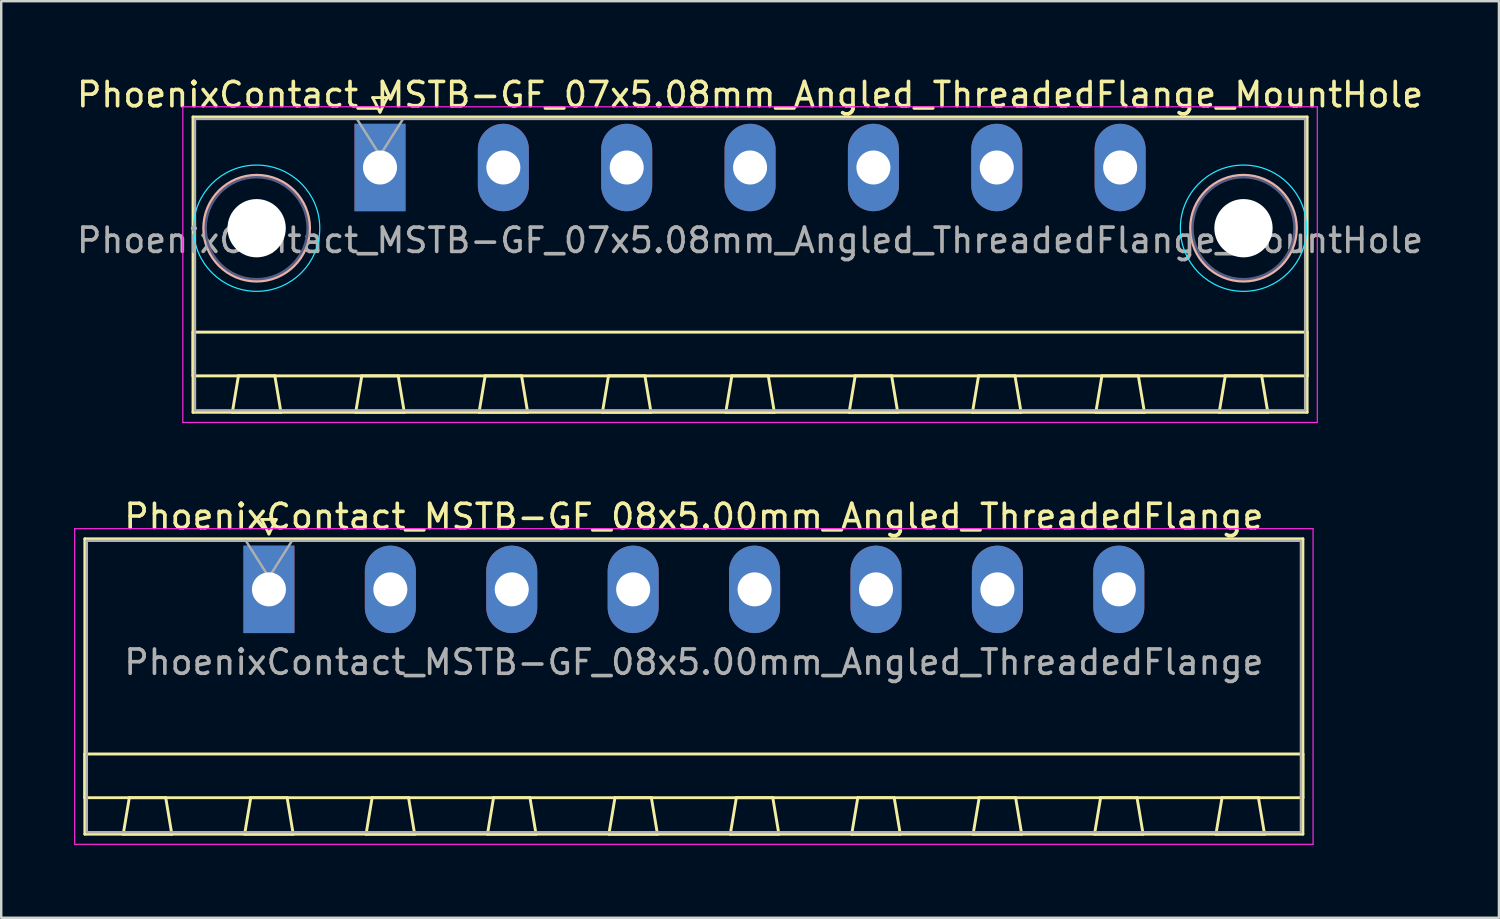
<source format=kicad_pcb>
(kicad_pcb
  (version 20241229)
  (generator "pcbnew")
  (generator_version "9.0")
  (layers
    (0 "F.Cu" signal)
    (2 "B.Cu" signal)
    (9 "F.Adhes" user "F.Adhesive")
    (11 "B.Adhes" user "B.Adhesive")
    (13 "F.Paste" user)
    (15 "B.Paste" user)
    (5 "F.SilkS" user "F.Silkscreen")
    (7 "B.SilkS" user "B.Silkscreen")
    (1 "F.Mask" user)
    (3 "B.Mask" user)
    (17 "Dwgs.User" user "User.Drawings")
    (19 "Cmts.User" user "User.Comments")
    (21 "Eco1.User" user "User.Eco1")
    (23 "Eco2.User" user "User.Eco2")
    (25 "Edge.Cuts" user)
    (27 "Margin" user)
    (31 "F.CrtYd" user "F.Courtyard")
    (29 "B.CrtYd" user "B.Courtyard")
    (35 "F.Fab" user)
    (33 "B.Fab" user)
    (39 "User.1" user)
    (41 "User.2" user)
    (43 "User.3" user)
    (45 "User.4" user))
  (footprint "PhoenixContact_MSTB-GF_07x5.08mm_Angled_ThreadedFlange_MountHole"
    (layer "F.Cu")
    (at 12.599 3.848)
    (property "Reference" "PhoenixContact_MSTB-GF_07x5.08mm_Angled_ThreadedFlange_MountHole" (at 15.24 -3 0) (layer "F.SilkS") (effects (font (size 1 1) (thickness 0.15))))
    (attr through_hole)
    (fp_line (start -7.7 -2.08) (end -7.7 10.08) (stroke (width 0.12) (type solid)) (layer "F.SilkS"))
    (fp_line (start -7.7 6.78) (end 38.18 6.78) (stroke (width 0.12) (type solid)) (layer "F.SilkS"))
    (fp_line (start -7.7 8.58) (end -7.7 6.78) (stroke (width 0.12) (type solid)) (layer "F.SilkS"))
    (fp_line (start -7.7 10.08) (end 38.18 10.08) (stroke (width 0.12) (type solid)) (layer "F.SilkS"))
    (fp_line (start -6.08 10.08) (end -4.08 10.08) (stroke (width 0.12) (type solid)) (layer "F.SilkS"))
    (fp_line (start -5.83 8.58) (end -6.08 10.08) (stroke (width 0.12) (type solid)) (layer "F.SilkS"))
    (fp_line (start -4.33 8.58) (end -5.83 8.58) (stroke (width 0.12) (type solid)) (layer "F.SilkS"))
    (fp_line (start -4.08 10.08) (end -4.33 8.58) (stroke (width 0.12) (type solid)) (layer "F.SilkS"))
    (fp_line (start -1 10.08) (end 1 10.08) (stroke (width 0.12) (type solid)) (layer "F.SilkS"))
    (fp_line (start -0.75 8.58) (end -1 10.08) (stroke (width 0.12) (type solid)) (layer "F.SilkS"))
    (fp_line (start -0.3 -2.88) (end 0.3 -2.88) (stroke (width 0.12) (type solid)) (layer "F.SilkS"))
    (fp_line (start 0 -2.28) (end -0.3 -2.88) (stroke (width 0.12) (type solid)) (layer "F.SilkS"))
    (fp_line (start 0.3 -2.88) (end 0 -2.28) (stroke (width 0.12) (type solid)) (layer "F.SilkS"))
    (fp_line (start 0.75 8.58) (end -0.75 8.58) (stroke (width 0.12) (type solid)) (layer "F.SilkS"))
    (fp_line (start 1 10.08) (end 0.75 8.58) (stroke (width 0.12) (type solid)) (layer "F.SilkS"))
    (fp_line (start 4.08 10.08) (end 6.08 10.08) (stroke (width 0.12) (type solid)) (layer "F.SilkS"))
    (fp_line (start 4.33 8.58) (end 4.08 10.08) (stroke (width 0.12) (type solid)) (layer "F.SilkS"))
    (fp_line (start 5.83 8.58) (end 4.33 8.58) (stroke (width 0.12) (type solid)) (layer "F.SilkS"))
    (fp_line (start 6.08 10.08) (end 5.83 8.58) (stroke (width 0.12) (type solid)) (layer "F.SilkS"))
    (fp_line (start 9.16 10.08) (end 11.16 10.08) (stroke (width 0.12) (type solid)) (layer "F.SilkS"))
    (fp_line (start 9.41 8.58) (end 9.16 10.08) (stroke (width 0.12) (type solid)) (layer "F.SilkS"))
    (fp_line (start 10.91 8.58) (end 9.41 8.58) (stroke (width 0.12) (type solid)) (layer "F.SilkS"))
    (fp_line (start 11.16 10.08) (end 10.91 8.58) (stroke (width 0.12) (type solid)) (layer "F.SilkS"))
    (fp_line (start 14.24 10.08) (end 16.24 10.08) (stroke (width 0.12) (type solid)) (layer "F.SilkS"))
    (fp_line (start 14.49 8.58) (end 14.24 10.08) (stroke (width 0.12) (type solid)) (layer "F.SilkS"))
    (fp_line (start 15.99 8.58) (end 14.49 8.58) (stroke (width 0.12) (type solid)) (layer "F.SilkS"))
    (fp_line (start 16.24 10.08) (end 15.99 8.58) (stroke (width 0.12) (type solid)) (layer "F.SilkS"))
    (fp_line (start 19.32 10.08) (end 21.32 10.08) (stroke (width 0.12) (type solid)) (layer "F.SilkS"))
    (fp_line (start 19.57 8.58) (end 19.32 10.08) (stroke (width 0.12) (type solid)) (layer "F.SilkS"))
    (fp_line (start 21.07 8.58) (end 19.57 8.58) (stroke (width 0.12) (type solid)) (layer "F.SilkS"))
    (fp_line (start 21.32 10.08) (end 21.07 8.58) (stroke (width 0.12) (type solid)) (layer "F.SilkS"))
    (fp_line (start 24.4 10.08) (end 26.4 10.08) (stroke (width 0.12) (type solid)) (layer "F.SilkS"))
    (fp_line (start 24.65 8.58) (end 24.4 10.08) (stroke (width 0.12) (type solid)) (layer "F.SilkS"))
    (fp_line (start 26.15 8.58) (end 24.65 8.58) (stroke (width 0.12) (type solid)) (layer "F.SilkS"))
    (fp_line (start 26.4 10.08) (end 26.15 8.58) (stroke (width 0.12) (type solid)) (layer "F.SilkS"))
    (fp_line (start 29.48 10.08) (end 31.48 10.08) (stroke (width 0.12) (type solid)) (layer "F.SilkS"))
    (fp_line (start 29.73 8.58) (end 29.48 10.08) (stroke (width 0.12) (type solid)) (layer "F.SilkS"))
    (fp_line (start 31.23 8.58) (end 29.73 8.58) (stroke (width 0.12) (type solid)) (layer "F.SilkS"))
    (fp_line (start 31.48 10.08) (end 31.23 8.58) (stroke (width 0.12) (type solid)) (layer "F.SilkS"))
    (fp_line (start 34.56 10.08) (end 36.56 10.08) (stroke (width 0.12) (type solid)) (layer "F.SilkS"))
    (fp_line (start 34.81 8.58) (end 34.56 10.08) (stroke (width 0.12) (type solid)) (layer "F.SilkS"))
    (fp_line (start 36.31 8.58) (end 34.81 8.58) (stroke (width 0.12) (type solid)) (layer "F.SilkS"))
    (fp_line (start 36.56 10.08) (end 36.31 8.58) (stroke (width 0.12) (type solid)) (layer "F.SilkS"))
    (fp_line (start 38.18 -2.08) (end -7.7 -2.08) (stroke (width 0.12) (type solid)) (layer "F.SilkS"))
    (fp_line (start 38.18 6.78) (end 38.18 8.58) (stroke (width 0.12) (type solid)) (layer "F.SilkS"))
    (fp_line (start 38.18 8.58) (end -7.7 8.58) (stroke (width 0.12) (type solid)) (layer "F.SilkS"))
    (fp_line (start 38.18 10.08) (end 38.18 -2.08) (stroke (width 0.12) (type solid)) (layer "F.SilkS"))
    (fp_circle (center -5.08 2.5) (end -2.9 2.5) (stroke (width 0.12) (type solid)) (fill no) (layer "B.SilkS"))
    (fp_circle (center 35.56 2.5) (end 37.74 2.5) (stroke (width 0.12) (type solid)) (fill no) (layer "B.SilkS"))
    (fp_circle (center -5.08 2.5) (end -2.48 2.5) (stroke (width 0.05) (type solid)) (fill no) (layer "B.CrtYd"))
    (fp_circle (center 35.56 2.5) (end 38.16 2.5) (stroke (width 0.05) (type solid)) (fill no) (layer "B.CrtYd"))
    (fp_line (start -8.12 -2.5) (end -8.12 10.5) (stroke (width 0.05) (type solid)) (layer "F.CrtYd"))
    (fp_line (start -8.12 10.5) (end 38.6 10.5) (stroke (width 0.05) (type solid)) (layer "F.CrtYd"))
    (fp_line (start 38.6 -2.5) (end -8.12 -2.5) (stroke (width 0.05) (type solid)) (layer "F.CrtYd"))
    (fp_line (start 38.6 10.5) (end 38.6 -2.5) (stroke (width 0.05) (type solid)) (layer "F.CrtYd"))
    (fp_circle (center -5.08 2.5) (end -2.98 2.5) (stroke (width 0.1) (type solid)) (fill no) (layer "B.Fab"))
    (fp_circle (center 35.56 2.5) (end 37.66 2.5) (stroke (width 0.1) (type solid)) (fill no) (layer "B.Fab"))
    (fp_line (start -7.62 -2) (end -7.62 10) (stroke (width 0.1) (type solid)) (layer "F.Fab"))
    (fp_line (start -7.62 10) (end 38.1 10) (stroke (width 0.1) (type solid)) (layer "F.Fab"))
    (fp_line (start 0 -0.5) (end -0.95 -2) (stroke (width 0.1) (type solid)) (layer "F.Fab"))
    (fp_line (start 0.95 -2) (end 0 -0.5) (stroke (width 0.1) (type solid)) (layer "F.Fab"))
    (fp_line (start 38.1 -2) (end -7.62 -2) (stroke (width 0.1) (type solid)) (layer "F.Fab"))
    (fp_line (start 38.1 10) (end 38.1 -2) (stroke (width 0.1) (type solid)) (layer "F.Fab"))
    (fp_text user "${REFERENCE}" (at 15.24 3 0) (layer "F.Fab") (effects (font (size 1 1) (thickness 0.15))))
    (pad "" np_thru_hole circle (at -5.08 2.5) (size 2.4 2.4) (drill 2.4) (layers "*.Cu" "*.Mask"))
    (pad "" np_thru_hole circle (at 35.56 2.5) (size 2.4 2.4) (drill 2.4) (layers "*.Cu" "*.Mask"))
    (pad "1" thru_hole rect (at 0 0) (size 2.1 3.6) (drill 1.4) (layers "*.Cu" "*.Mask"))
    (pad "2" thru_hole oval (at 5.08 0) (size 2.1 3.6) (drill 1.4) (layers "*.Cu" "*.Mask"))
    (pad "3" thru_hole oval (at 10.16 0) (size 2.1 3.6) (drill 1.4) (layers "*.Cu" "*.Mask"))
    (pad "4" thru_hole oval (at 15.24 0) (size 2.1 3.6) (drill 1.4) (layers "*.Cu" "*.Mask"))
    (pad "5" thru_hole oval (at 20.32 0) (size 2.1 3.6) (drill 1.4) (layers "*.Cu" "*.Mask"))
    (pad "6" thru_hole oval (at 25.4 0) (size 2.1 3.6) (drill 1.4) (layers "*.Cu" "*.Mask"))
    (pad "7" thru_hole oval (at 30.48 0) (size 2.1 3.6) (drill 1.4) (layers "*.Cu" "*.Mask")))
  (footprint "PhoenixContact_MSTB-GF_08x5.00mm_Angled_ThreadedFlange"
    (layer "F.Cu")
    (at 8.025 21.221)
    (property "Reference" "PhoenixContact_MSTB-GF_08x5.00mm_Angled_ThreadedFlange" (at 17.5 -3 0) (layer "F.SilkS") (effects (font (size 1 1) (thickness 0.15))))
    (attr through_hole)
    (fp_line (start -7.58 -2.08) (end -7.58 10.08) (stroke (width 0.12) (type solid)) (layer "F.SilkS"))
    (fp_line (start -7.58 6.78) (end 42.58 6.78) (stroke (width 0.12) (type solid)) (layer "F.SilkS"))
    (fp_line (start -7.58 8.58) (end -7.58 6.78) (stroke (width 0.12) (type solid)) (layer "F.SilkS"))
    (fp_line (start -7.58 10.08) (end 42.58 10.08) (stroke (width 0.12) (type solid)) (layer "F.SilkS"))
    (fp_line (start -6 10.08) (end -4 10.08) (stroke (width 0.12) (type solid)) (layer "F.SilkS"))
    (fp_line (start -5.75 8.58) (end -6 10.08) (stroke (width 0.12) (type solid)) (layer "F.SilkS"))
    (fp_line (start -4.25 8.58) (end -5.75 8.58) (stroke (width 0.12) (type solid)) (layer "F.SilkS"))
    (fp_line (start -4 10.08) (end -4.25 8.58) (stroke (width 0.12) (type solid)) (layer "F.SilkS"))
    (fp_line (start -1 10.08) (end 1 10.08) (stroke (width 0.12) (type solid)) (layer "F.SilkS"))
    (fp_line (start -0.75 8.58) (end -1 10.08) (stroke (width 0.12) (type solid)) (layer "F.SilkS"))
    (fp_line (start -0.3 -2.88) (end 0.3 -2.88) (stroke (width 0.12) (type solid)) (layer "F.SilkS"))
    (fp_line (start 0 -2.28) (end -0.3 -2.88) (stroke (width 0.12) (type solid)) (layer "F.SilkS"))
    (fp_line (start 0.3 -2.88) (end 0 -2.28) (stroke (width 0.12) (type solid)) (layer "F.SilkS"))
    (fp_line (start 0.75 8.58) (end -0.75 8.58) (stroke (width 0.12) (type solid)) (layer "F.SilkS"))
    (fp_line (start 1 10.08) (end 0.75 8.58) (stroke (width 0.12) (type solid)) (layer "F.SilkS"))
    (fp_line (start 4 10.08) (end 6 10.08) (stroke (width 0.12) (type solid)) (layer "F.SilkS"))
    (fp_line (start 4.25 8.58) (end 4 10.08) (stroke (width 0.12) (type solid)) (layer "F.SilkS"))
    (fp_line (start 5.75 8.58) (end 4.25 8.58) (stroke (width 0.12) (type solid)) (layer "F.SilkS"))
    (fp_line (start 6 10.08) (end 5.75 8.58) (stroke (width 0.12) (type solid)) (layer "F.SilkS"))
    (fp_line (start 9 10.08) (end 11 10.08) (stroke (width 0.12) (type solid)) (layer "F.SilkS"))
    (fp_line (start 9.25 8.58) (end 9 10.08) (stroke (width 0.12) (type solid)) (layer "F.SilkS"))
    (fp_line (start 10.75 8.58) (end 9.25 8.58) (stroke (width 0.12) (type solid)) (layer "F.SilkS"))
    (fp_line (start 11 10.08) (end 10.75 8.58) (stroke (width 0.12) (type solid)) (layer "F.SilkS"))
    (fp_line (start 14 10.08) (end 16 10.08) (stroke (width 0.12) (type solid)) (layer "F.SilkS"))
    (fp_line (start 14.25 8.58) (end 14 10.08) (stroke (width 0.12) (type solid)) (layer "F.SilkS"))
    (fp_line (start 15.75 8.58) (end 14.25 8.58) (stroke (width 0.12) (type solid)) (layer "F.SilkS"))
    (fp_line (start 16 10.08) (end 15.75 8.58) (stroke (width 0.12) (type solid)) (layer "F.SilkS"))
    (fp_line (start 19 10.08) (end 21 10.08) (stroke (width 0.12) (type solid)) (layer "F.SilkS"))
    (fp_line (start 19.25 8.58) (end 19 10.08) (stroke (width 0.12) (type solid)) (layer "F.SilkS"))
    (fp_line (start 20.75 8.58) (end 19.25 8.58) (stroke (width 0.12) (type solid)) (layer "F.SilkS"))
    (fp_line (start 21 10.08) (end 20.75 8.58) (stroke (width 0.12) (type solid)) (layer "F.SilkS"))
    (fp_line (start 24 10.08) (end 26 10.08) (stroke (width 0.12) (type solid)) (layer "F.SilkS"))
    (fp_line (start 24.25 8.58) (end 24 10.08) (stroke (width 0.12) (type solid)) (layer "F.SilkS"))
    (fp_line (start 25.75 8.58) (end 24.25 8.58) (stroke (width 0.12) (type solid)) (layer "F.SilkS"))
    (fp_line (start 26 10.08) (end 25.75 8.58) (stroke (width 0.12) (type solid)) (layer "F.SilkS"))
    (fp_line (start 29 10.08) (end 31 10.08) (stroke (width 0.12) (type solid)) (layer "F.SilkS"))
    (fp_line (start 29.25 8.58) (end 29 10.08) (stroke (width 0.12) (type solid)) (layer "F.SilkS"))
    (fp_line (start 30.75 8.58) (end 29.25 8.58) (stroke (width 0.12) (type solid)) (layer "F.SilkS"))
    (fp_line (start 31 10.08) (end 30.75 8.58) (stroke (width 0.12) (type solid)) (layer "F.SilkS"))
    (fp_line (start 34 10.08) (end 36 10.08) (stroke (width 0.12) (type solid)) (layer "F.SilkS"))
    (fp_line (start 34.25 8.58) (end 34 10.08) (stroke (width 0.12) (type solid)) (layer "F.SilkS"))
    (fp_line (start 35.75 8.58) (end 34.25 8.58) (stroke (width 0.12) (type solid)) (layer "F.SilkS"))
    (fp_line (start 36 10.08) (end 35.75 8.58) (stroke (width 0.12) (type solid)) (layer "F.SilkS"))
    (fp_line (start 39 10.08) (end 41 10.08) (stroke (width 0.12) (type solid)) (layer "F.SilkS"))
    (fp_line (start 39.25 8.58) (end 39 10.08) (stroke (width 0.12) (type solid)) (layer "F.SilkS"))
    (fp_line (start 40.75 8.58) (end 39.25 8.58) (stroke (width 0.12) (type solid)) (layer "F.SilkS"))
    (fp_line (start 41 10.08) (end 40.75 8.58) (stroke (width 0.12) (type solid)) (layer "F.SilkS"))
    (fp_line (start 42.58 -2.08) (end -7.58 -2.08) (stroke (width 0.12) (type solid)) (layer "F.SilkS"))
    (fp_line (start 42.58 6.78) (end 42.58 8.58) (stroke (width 0.12) (type solid)) (layer "F.SilkS"))
    (fp_line (start 42.58 8.58) (end -7.58 8.58) (stroke (width 0.12) (type solid)) (layer "F.SilkS"))
    (fp_line (start 42.58 10.08) (end 42.58 -2.08) (stroke (width 0.12) (type solid)) (layer "F.SilkS"))
    (fp_line (start -8 -2.5) (end -8 10.5) (stroke (width 0.05) (type solid)) (layer "F.CrtYd"))
    (fp_line (start -8 10.5) (end 43 10.5) (stroke (width 0.05) (type solid)) (layer "F.CrtYd"))
    (fp_line (start 43 -2.5) (end -8 -2.5) (stroke (width 0.05) (type solid)) (layer "F.CrtYd"))
    (fp_line (start 43 10.5) (end 43 -2.5) (stroke (width 0.05) (type solid)) (layer "F.CrtYd"))
    (fp_line (start -7.5 -2) (end -7.5 10) (stroke (width 0.1) (type solid)) (layer "F.Fab"))
    (fp_line (start -7.5 10) (end 42.5 10) (stroke (width 0.1) (type solid)) (layer "F.Fab"))
    (fp_line (start 0 -0.5) (end -0.95 -2) (stroke (width 0.1) (type solid)) (layer "F.Fab"))
    (fp_line (start 0.95 -2) (end 0 -0.5) (stroke (width 0.1) (type solid)) (layer "F.Fab"))
    (fp_line (start 42.5 -2) (end -7.5 -2) (stroke (width 0.1) (type solid)) (layer "F.Fab"))
    (fp_line (start 42.5 10) (end 42.5 -2) (stroke (width 0.1) (type solid)) (layer "F.Fab"))
    (fp_text user "${REFERENCE}" (at 17.5 3 0) (layer "F.Fab") (effects (font (size 1 1) (thickness 0.15))))
    (pad "1" thru_hole rect (at 0 0) (size 2.1 3.6) (drill 1.4) (layers "*.Cu" "*.Mask"))
    (pad "2" thru_hole oval (at 5 0) (size 2.1 3.6) (drill 1.4) (layers "*.Cu" "*.Mask"))
    (pad "3" thru_hole oval (at 10 0) (size 2.1 3.6) (drill 1.4) (layers "*.Cu" "*.Mask"))
    (pad "4" thru_hole oval (at 15 0) (size 2.1 3.6) (drill 1.4) (layers "*.Cu" "*.Mask"))
    (pad "5" thru_hole oval (at 20 0) (size 2.1 3.6) (drill 1.4) (layers "*.Cu" "*.Mask"))
    (pad "6" thru_hole oval (at 25 0) (size 2.1 3.6) (drill 1.4) (layers "*.Cu" "*.Mask"))
    (pad "7" thru_hole oval (at 30 0) (size 2.1 3.6) (drill 1.4) (layers "*.Cu" "*.Mask"))
    (pad "8" thru_hole oval (at 35 0) (size 2.1 3.6) (drill 1.4) (layers "*.Cu" "*.Mask")))
  (gr_rect
    (start -3 -3)
    (end 58.679 34.746)
    (stroke (width 0.1) (type default))
    (fill no)
    (layer "Edge.Cuts")))
</source>
